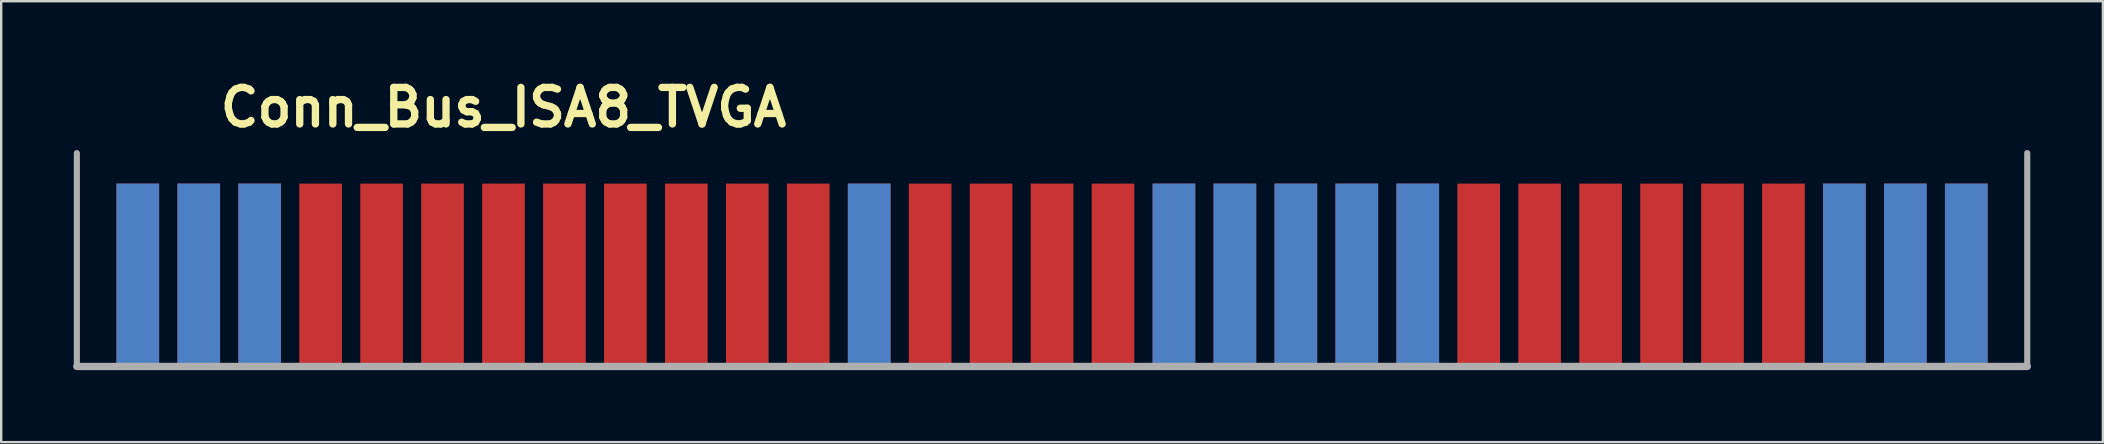
<source format=kicad_pcb>
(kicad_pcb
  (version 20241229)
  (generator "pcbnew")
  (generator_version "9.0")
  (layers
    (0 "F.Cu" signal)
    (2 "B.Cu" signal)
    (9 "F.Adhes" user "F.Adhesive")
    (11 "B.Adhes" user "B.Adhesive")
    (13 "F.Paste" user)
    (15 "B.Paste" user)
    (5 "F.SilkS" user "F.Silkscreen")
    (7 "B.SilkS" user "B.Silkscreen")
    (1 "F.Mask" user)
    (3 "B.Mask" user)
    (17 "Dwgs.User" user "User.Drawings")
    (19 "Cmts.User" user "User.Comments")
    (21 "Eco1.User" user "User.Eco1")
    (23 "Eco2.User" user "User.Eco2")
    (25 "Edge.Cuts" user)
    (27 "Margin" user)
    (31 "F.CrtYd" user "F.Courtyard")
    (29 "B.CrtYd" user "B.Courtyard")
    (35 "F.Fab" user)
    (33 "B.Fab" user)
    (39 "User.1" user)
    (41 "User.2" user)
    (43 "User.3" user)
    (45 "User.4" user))
  (footprint "Conn_Bus_ISA8_TVGA"
    (layer "F.Cu")
    (at 40.792 8.411)
    (property "Reference" "Conn_Bus_ISA8_TVGA" (at -22.86 -6.985 0) (layer "F.SilkS") (effects (font (size 1.524 1.524) (thickness 0.305))))
    (attr through_hole)
    (fp_line (start -40.64 3.81) (end -40.64 -5.08) (stroke (width 0.254) (type solid)) (layer "F.Fab"))
    (fp_line (start 40.64 -5.08) (end 40.64 3.81) (stroke (width 0.254) (type solid)) (layer "F.Fab"))
    (fp_line (start 40.64 3.81) (end -40.64 3.81) (stroke (width 0.305) (type solid)) (layer "F.Fab"))
    (pad "1" connect rect (at 38.1 0) (size 1.778 7.62) (layers "B.Cu" "B.Mask"))
    (pad "2" connect rect (at 35.56 0) (size 1.778 7.62) (layers "B.Cu" "B.Mask"))
    (pad "3" connect rect (at 33.02 0) (size 1.778 7.62) (layers "B.Cu" "B.Mask"))
    (pad "10" connect rect (at 15.24 0) (size 1.778 7.62) (layers "B.Cu" "B.Mask"))
    (pad "11" connect rect (at 12.7 0) (size 1.778 7.62) (layers "B.Cu" "B.Mask"))
    (pad "12" connect rect (at 10.16 0) (size 1.778 7.62) (layers "B.Cu" "B.Mask"))
    (pad "13" connect rect (at 7.62 0) (size 1.778 7.62) (layers "B.Cu" "B.Mask"))
    (pad "14" connect rect (at 5.08 0) (size 1.778 7.62) (layers "B.Cu" "B.Mask"))
    (pad "19" connect rect (at -7.62 0) (size 1.778 7.62) (layers "B.Cu" "B.Mask"))
    (pad "29" connect rect (at -33.02 0) (size 1.778 7.62) (layers "B.Cu" "B.Mask"))
    (pad "30" connect rect (at -35.56 0) (size 1.778 7.62) (layers "B.Cu" "B.Mask"))
    (pad "31" connect rect (at -38.1 0) (size 1.778 7.62) (layers "B.Cu" "B.Mask"))
    (pad "32" connect rect (at 38.1 0) (size 1.778 7.62) (layers "F.Cu" "F.Mask"))
    (pad "33" connect rect (at 35.56 0) (size 1.778 7.62) (layers "F.Cu" "F.Mask"))
    (pad "34" connect rect (at 33.02 0) (size 1.778 7.62) (layers "F.Cu" "F.Mask"))
    (pad "35" connect rect (at 30.48 0) (size 1.778 7.62) (layers "F.Cu" "F.Mask"))
    (pad "36" connect rect (at 27.94 0) (size 1.778 7.62) (layers "F.Cu" "F.Mask"))
    (pad "37" connect rect (at 25.4 0) (size 1.778 7.62) (layers "F.Cu" "F.Mask"))
    (pad "38" connect rect (at 22.86 0) (size 1.778 7.62) (layers "F.Cu" "F.Mask"))
    (pad "39" connect rect (at 20.32 0) (size 1.778 7.62) (layers "F.Cu" "F.Mask"))
    (pad "40" connect rect (at 17.78 0) (size 1.778 7.62) (layers "F.Cu" "F.Mask"))
    (pad "41" connect rect (at 15.24 0) (size 1.778 7.62) (layers "F.Cu" "F.Mask"))
    (pad "42" connect rect (at 12.7 0) (size 1.778 7.62) (layers "F.Cu" "F.Mask"))
    (pad "43" connect rect (at 10.16 0) (size 1.778 7.62) (layers "F.Cu" "F.Mask"))
    (pad "44" connect rect (at 7.62 0) (size 1.778 7.62) (layers "F.Cu" "F.Mask"))
    (pad "45" connect rect (at 5.08 0) (size 1.778 7.62) (layers "F.Cu" "F.Mask"))
    (pad "46" connect rect (at 2.54 0) (size 1.778 7.62) (layers "F.Cu" "F.Mask"))
    (pad "47" connect rect (at 0 0) (size 1.778 7.62) (layers "F.Cu" "F.Mask"))
    (pad "48" connect rect (at -2.54 0) (size 1.778 7.62) (layers "F.Cu" "F.Mask"))
    (pad "49" connect rect (at -5.08 0) (size 1.778 7.62) (layers "F.Cu" "F.Mask"))
    (pad "50" connect rect (at -7.62 0) (size 1.778 7.62) (layers "F.Cu" "F.Mask"))
    (pad "51" connect rect (at -10.16 0) (size 1.778 7.62) (layers "F.Cu" "F.Mask"))
    (pad "52" connect rect (at -12.7 0) (size 1.778 7.62) (layers "F.Cu" "F.Mask"))
    (pad "53" connect rect (at -15.24 0) (size 1.778 7.62) (layers "F.Cu" "F.Mask"))
    (pad "54" connect rect (at -17.78 0) (size 1.778 7.62) (layers "F.Cu" "F.Mask"))
    (pad "55" connect rect (at -20.32 0) (size 1.778 7.62) (layers "F.Cu" "F.Mask"))
    (pad "56" connect rect (at -22.86 0) (size 1.778 7.62) (layers "F.Cu" "F.Mask"))
    (pad "57" connect rect (at -25.4 0) (size 1.778 7.62) (layers "F.Cu" "F.Mask"))
    (pad "58" connect rect (at -27.94 0) (size 1.778 7.62) (layers "F.Cu" "F.Mask"))
    (pad "59" connect rect (at -30.48 0) (size 1.778 7.62) (layers "F.Cu" "F.Mask"))
    (pad "60" connect rect (at -33.02 0) (size 1.778 7.62) (layers "F.Cu" "F.Mask"))
    (pad "61" connect rect (at -35.56 0) (size 1.778 7.62) (layers "F.Cu" "F.Mask"))
    (pad "62" connect rect (at -38.1 0) (size 1.778 7.62) (layers "F.Cu" "F.Mask")))
  (gr_rect
    (start -3 -3)
    (end 84.585 15.374)
    (stroke (width 0.1) (type default))
    (fill no)
    (layer "Edge.Cuts")))
</source>
